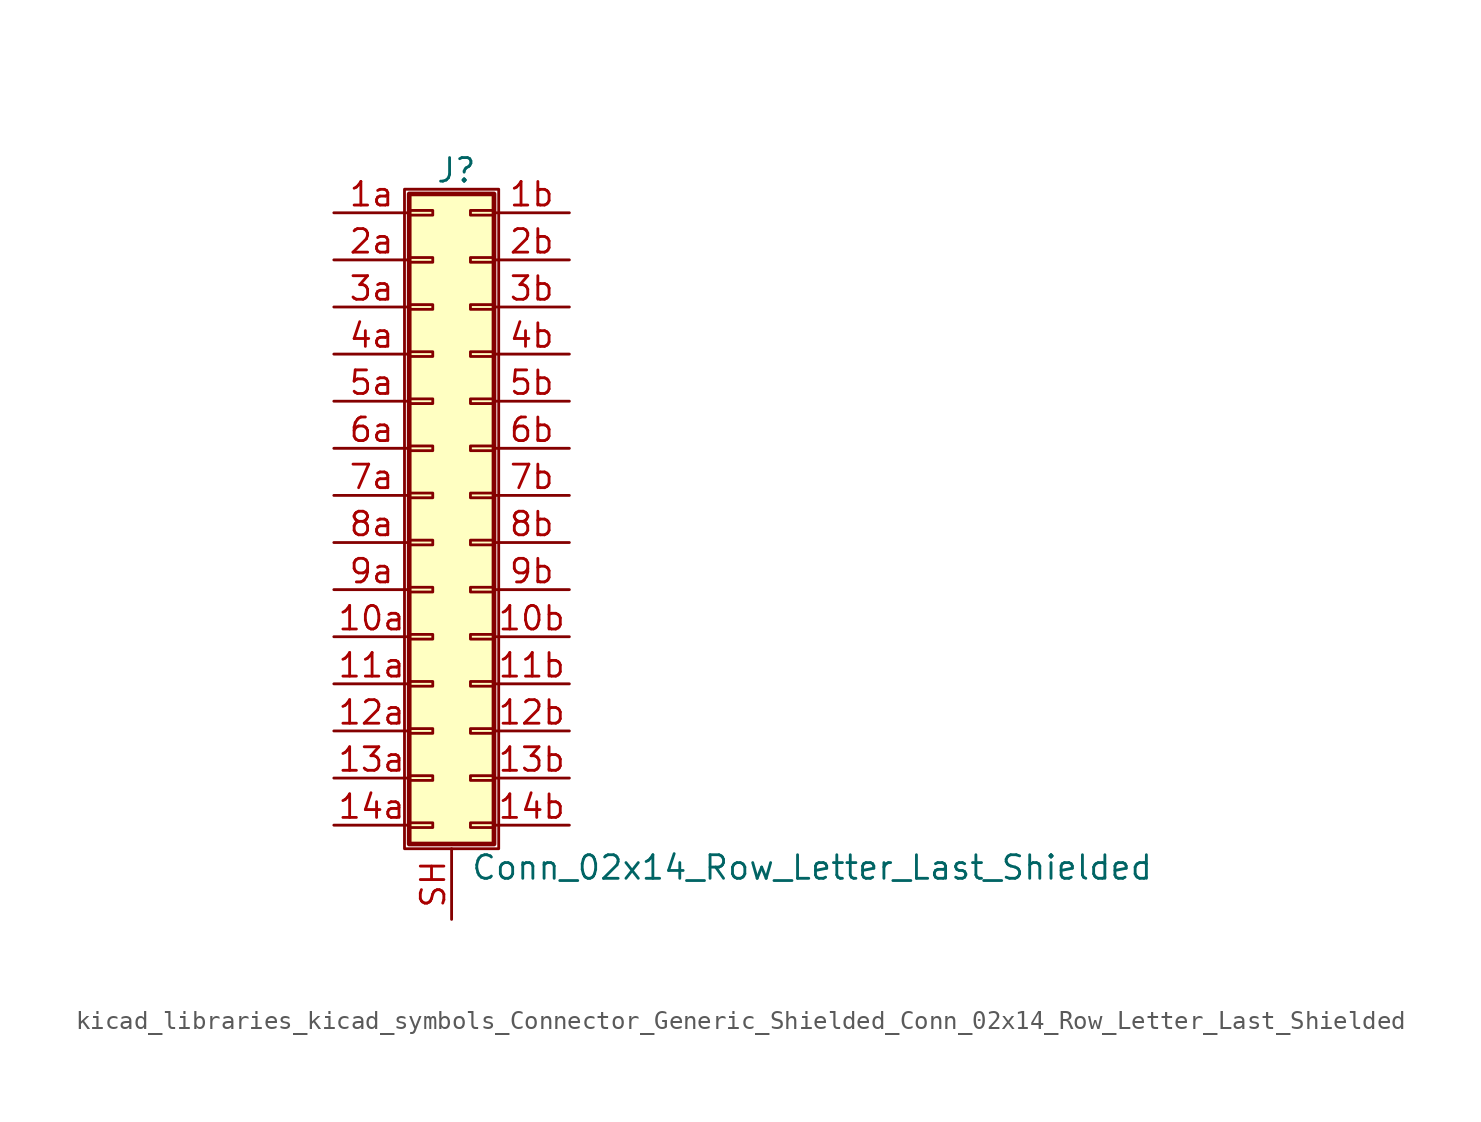
<source format=kicad_sym>
(kicad_symbol_lib
  (version 20220914)
  (generator kicad_symbol_editor)
  (symbol "kicad_libraries_kicad_symbols_Connector_Generic_Shielded_Conn_02x14_Row_Letter_Last_Shielded"
    (pin_names
      (offset 1.016) hide)
    (property "Reference" "J"
      (at 1.524 17.526 0)
      (effects (font (size 1.27 1.27))))
    (property "Value" "Conn_02x14_Row_Letter_Last_Shielded"
      (at 2.286 -20.066 0)
      (effects (font (size 1.27 1.27)) (justify left)))
    (symbol "kicad_libraries_kicad_symbols_Connector_Generic_Shielded_Conn_02x14_Row_Letter_Last_Shielded_1_1"
      (rectangle (start -1.27 16.51) (end 3.81 -19.05) (stroke (width 0.152) (type default)) (fill (type none)))
      (rectangle (start -1.016 -17.653) (end 0.254 -17.907) (stroke (width 0.152) (type default)) (fill (type none)))
      (rectangle (start -1.016 -15.113) (end 0.254 -15.367) (stroke (width 0.152) (type default)) (fill (type none)))
      (rectangle (start -1.016 -12.573) (end 0.254 -12.827) (stroke (width 0.152) (type default)) (fill (type none)))
      (rectangle (start -1.016 -10.033) (end 0.254 -10.287) (stroke (width 0.152) (type default)) (fill (type none)))
      (rectangle (start -1.016 -7.493) (end 0.254 -7.747) (stroke (width 0.152) (type default)) (fill (type none)))
      (rectangle (start -1.016 -4.953) (end 0.254 -5.207) (stroke (width 0.152) (type default)) (fill (type none)))
      (rectangle (start -1.016 -2.413) (end 0.254 -2.667) (stroke (width 0.152) (type default)) (fill (type none)))
      (rectangle (start -1.016 0.127) (end 0.254 -0.127) (stroke (width 0.152) (type default)) (fill (type none)))
      (rectangle (start -1.016 2.667) (end 0.254 2.413) (stroke (width 0.152) (type default)) (fill (type none)))
      (rectangle (start -1.016 5.207) (end 0.254 4.953) (stroke (width 0.152) (type default)) (fill (type none)))
      (rectangle (start -1.016 7.747) (end 0.254 7.493) (stroke (width 0.152) (type default)) (fill (type none)))
      (rectangle (start -1.016 10.287) (end 0.254 10.033) (stroke (width 0.152) (type default)) (fill (type none)))
      (rectangle (start -1.016 12.827) (end 0.254 12.573) (stroke (width 0.152) (type default)) (fill (type none)))
      (rectangle (start -1.016 15.367) (end 0.254 15.113) (stroke (width 0.152) (type default)) (fill (type none)))
      (rectangle (start -1.016 16.256) (end 3.556 -18.796) (stroke (width 0.254) (type default)) (fill (type background)))
      (rectangle (start 3.556 -17.653) (end 2.286 -17.907) (stroke (width 0.152) (type default)) (fill (type none)))
      (rectangle (start 3.556 -15.113) (end 2.286 -15.367) (stroke (width 0.152) (type default)) (fill (type none)))
      (rectangle (start 3.556 -12.573) (end 2.286 -12.827) (stroke (width 0.152) (type default)) (fill (type none)))
      (rectangle (start 3.556 -10.033) (end 2.286 -10.287) (stroke (width 0.152) (type default)) (fill (type none)))
      (rectangle (start 3.556 -7.493) (end 2.286 -7.747) (stroke (width 0.152) (type default)) (fill (type none)))
      (rectangle (start 3.556 -4.953) (end 2.286 -5.207) (stroke (width 0.152) (type default)) (fill (type none)))
      (rectangle (start 3.556 -2.413) (end 2.286 -2.667) (stroke (width 0.152) (type default)) (fill (type none)))
      (rectangle (start 3.556 0.127) (end 2.286 -0.127) (stroke (width 0.152) (type default)) (fill (type none)))
      (rectangle (start 3.556 2.667) (end 2.286 2.413) (stroke (width 0.152) (type default)) (fill (type none)))
      (rectangle (start 3.556 5.207) (end 2.286 4.953) (stroke (width 0.152) (type default)) (fill (type none)))
      (rectangle (start 3.556 7.747) (end 2.286 7.493) (stroke (width 0.152) (type default)) (fill (type none)))
      (rectangle (start 3.556 10.287) (end 2.286 10.033) (stroke (width 0.152) (type default)) (fill (type none)))
      (rectangle (start 3.556 12.827) (end 2.286 12.573) (stroke (width 0.152) (type default)) (fill (type none)))
      (rectangle (start 3.556 15.367) (end 2.286 15.113) (stroke (width 0.152) (type default)) (fill (type none)))
      (pin passive line (at -5.08 -7.62 0) (length 4.064) (name "Pin_10a" (effects (font (size 1.27 1.27)))) (number "10a" (effects (font (size 1.27 1.27)))))
      (pin passive line (at 7.62 -7.62 180) (length 4.064) (name "Pin_10b" (effects (font (size 1.27 1.27)))) (number "10b" (effects (font (size 1.27 1.27)))))
      (pin passive line (at -5.08 -10.16 0) (length 4.064) (name "Pin_11a" (effects (font (size 1.27 1.27)))) (number "11a" (effects (font (size 1.27 1.27)))))
      (pin passive line (at 7.62 -10.16 180) (length 4.064) (name "Pin_11b" (effects (font (size 1.27 1.27)))) (number "11b" (effects (font (size 1.27 1.27)))))
      (pin passive line (at -5.08 -12.7 0) (length 4.064) (name "Pin_12a" (effects (font (size 1.27 1.27)))) (number "12a" (effects (font (size 1.27 1.27)))))
      (pin passive line (at 7.62 -12.7 180) (length 4.064) (name "Pin_12b" (effects (font (size 1.27 1.27)))) (number "12b" (effects (font (size 1.27 1.27)))))
      (pin passive line (at -5.08 -15.24 0) (length 4.064) (name "Pin_13a" (effects (font (size 1.27 1.27)))) (number "13a" (effects (font (size 1.27 1.27)))))
      (pin passive line (at 7.62 -15.24 180) (length 4.064) (name "Pin_13b" (effects (font (size 1.27 1.27)))) (number "13b" (effects (font (size 1.27 1.27)))))
      (pin passive line (at -5.08 -17.78 0) (length 4.064) (name "Pin_14a" (effects (font (size 1.27 1.27)))) (number "14a" (effects (font (size 1.27 1.27)))))
      (pin passive line (at 7.62 -17.78 180) (length 4.064) (name "Pin_14b" (effects (font (size 1.27 1.27)))) (number "14b" (effects (font (size 1.27 1.27)))))
      (pin passive line (at -5.08 15.24 0) (length 4.064) (name "Pin_1a" (effects (font (size 1.27 1.27)))) (number "1a" (effects (font (size 1.27 1.27)))))
      (pin passive line (at 7.62 15.24 180) (length 4.064) (name "Pin_1b" (effects (font (size 1.27 1.27)))) (number "1b" (effects (font (size 1.27 1.27)))))
      (pin passive line (at -5.08 12.7 0) (length 4.064) (name "Pin_2a" (effects (font (size 1.27 1.27)))) (number "2a" (effects (font (size 1.27 1.27)))))
      (pin passive line (at 7.62 12.7 180) (length 4.064) (name "Pin_2b" (effects (font (size 1.27 1.27)))) (number "2b" (effects (font (size 1.27 1.27)))))
      (pin passive line (at -5.08 10.16 0) (length 4.064) (name "Pin_3a" (effects (font (size 1.27 1.27)))) (number "3a" (effects (font (size 1.27 1.27)))))
      (pin passive line (at 7.62 10.16 180) (length 4.064) (name "Pin_3b" (effects (font (size 1.27 1.27)))) (number "3b" (effects (font (size 1.27 1.27)))))
      (pin passive line (at -5.08 7.62 0) (length 4.064) (name "Pin_4a" (effects (font (size 1.27 1.27)))) (number "4a" (effects (font (size 1.27 1.27)))))
      (pin passive line (at 7.62 7.62 180) (length 4.064) (name "Pin_4b" (effects (font (size 1.27 1.27)))) (number "4b" (effects (font (size 1.27 1.27)))))
      (pin passive line (at -5.08 5.08 0) (length 4.064) (name "Pin_5a" (effects (font (size 1.27 1.27)))) (number "5a" (effects (font (size 1.27 1.27)))))
      (pin passive line (at 7.62 5.08 180) (length 4.064) (name "Pin_5b" (effects (font (size 1.27 1.27)))) (number "5b" (effects (font (size 1.27 1.27)))))
      (pin passive line (at -5.08 2.54 0) (length 4.064) (name "Pin_6a" (effects (font (size 1.27 1.27)))) (number "6a" (effects (font (size 1.27 1.27)))))
      (pin passive line (at 7.62 2.54 180) (length 4.064) (name "Pin_6b" (effects (font (size 1.27 1.27)))) (number "6b" (effects (font (size 1.27 1.27)))))
      (pin passive line (at -5.08 0 0) (length 4.064) (name "Pin_7a" (effects (font (size 1.27 1.27)))) (number "7a" (effects (font (size 1.27 1.27)))))
      (pin passive line (at 7.62 0 180) (length 4.064) (name "Pin_7b" (effects (font (size 1.27 1.27)))) (number "7b" (effects (font (size 1.27 1.27)))))
      (pin passive line (at -5.08 -2.54 0) (length 4.064) (name "Pin_8a" (effects (font (size 1.27 1.27)))) (number "8a" (effects (font (size 1.27 1.27)))))
      (pin passive line (at 7.62 -2.54 180) (length 4.064) (name "Pin_8b" (effects (font (size 1.27 1.27)))) (number "8b" (effects (font (size 1.27 1.27)))))
      (pin passive line (at -5.08 -5.08 0) (length 4.064) (name "Pin_9a" (effects (font (size 1.27 1.27)))) (number "9a" (effects (font (size 1.27 1.27)))))
      (pin passive line (at 7.62 -5.08 180) (length 4.064) (name "Pin_9b" (effects (font (size 1.27 1.27)))) (number "9b" (effects (font (size 1.27 1.27)))))
      (pin passive line (at 1.27 -22.86 90) (length 3.81) (name "Shield" (effects (font (size 1.27 1.27)))) (number "SH" (effects (font (size 1.27 1.27))))))))
</source>
